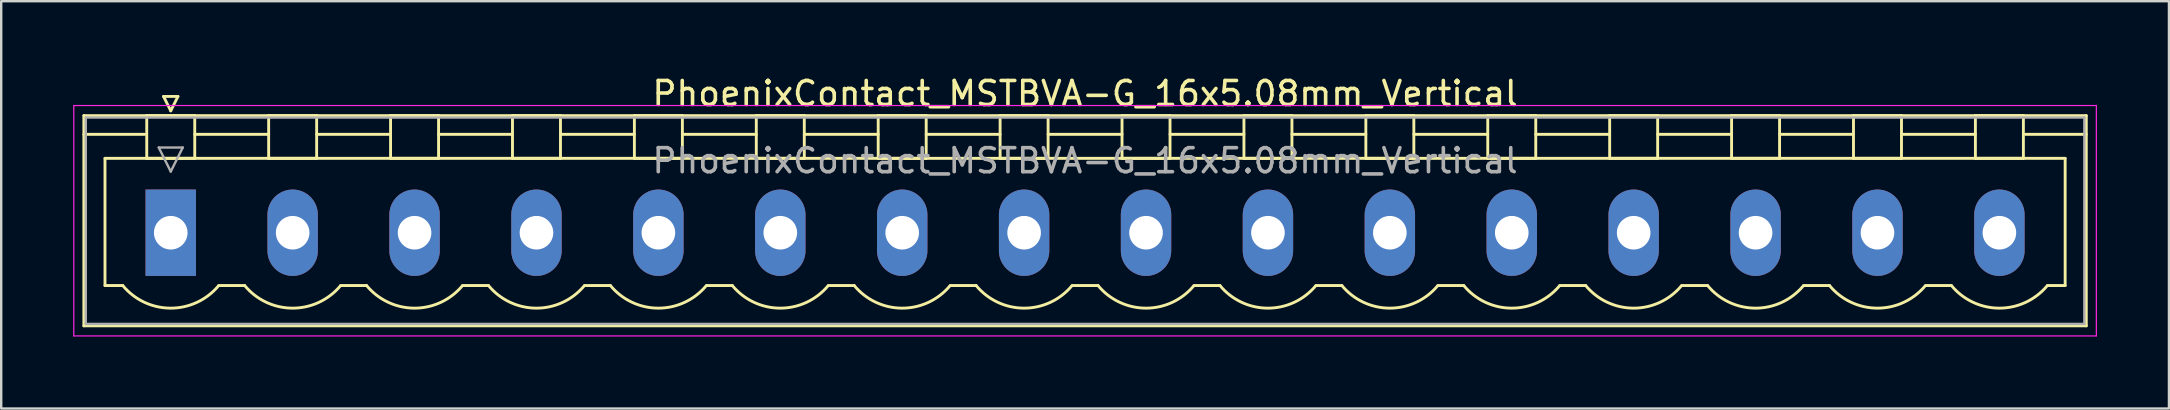
<source format=kicad_pcb>
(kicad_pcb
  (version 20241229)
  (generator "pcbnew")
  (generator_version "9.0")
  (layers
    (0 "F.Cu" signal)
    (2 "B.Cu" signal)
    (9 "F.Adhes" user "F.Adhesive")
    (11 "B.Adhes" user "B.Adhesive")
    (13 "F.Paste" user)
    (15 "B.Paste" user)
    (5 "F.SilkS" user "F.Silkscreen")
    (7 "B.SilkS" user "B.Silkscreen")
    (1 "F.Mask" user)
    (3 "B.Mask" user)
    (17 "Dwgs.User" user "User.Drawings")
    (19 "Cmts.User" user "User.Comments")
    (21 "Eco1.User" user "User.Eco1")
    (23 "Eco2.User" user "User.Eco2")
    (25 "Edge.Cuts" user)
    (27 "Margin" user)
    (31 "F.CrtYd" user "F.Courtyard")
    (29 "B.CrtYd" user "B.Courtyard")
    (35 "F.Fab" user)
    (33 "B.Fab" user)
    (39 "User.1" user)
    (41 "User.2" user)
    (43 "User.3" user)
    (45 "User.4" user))
  (footprint "PhoenixContact_MSTBVA-G_16x5.08mm_Vertical"
    (layer "F.Cu")
    (at 4.065 6.648)
    (property "Reference" "PhoenixContact_MSTBVA-G_16x5.08mm_Vertical" (at 38.1 -5.8 0) (layer "F.SilkS") (effects (font (size 1 1) (thickness 0.15))))
    (attr through_hole)
    (fp_line (start -3.62 -4.88) (end -3.62 3.88) (stroke (width 0.12) (type solid)) (layer "F.SilkS"))
    (fp_line (start -3.62 -4.1) (end -1.08 -4.1) (stroke (width 0.12) (type solid)) (layer "F.SilkS"))
    (fp_line (start -3.62 3.88) (end 79.82 3.88) (stroke (width 0.12) (type solid)) (layer "F.SilkS"))
    (fp_line (start -2.74 -3.1) (end 78.94 -3.1) (stroke (width 0.12) (type solid)) (layer "F.SilkS"))
    (fp_line (start -2.74 2.2) (end -2.74 -3.1) (stroke (width 0.12) (type solid)) (layer "F.SilkS"))
    (fp_line (start -2 2.2) (end -2.74 2.2) (stroke (width 0.12) (type solid)) (layer "F.SilkS"))
    (fp_line (start -1 -4.88) (end 1 -4.88) (stroke (width 0.12) (type solid)) (layer "F.SilkS"))
    (fp_line (start -1 -3.1) (end -1 -4.88) (stroke (width 0.12) (type solid)) (layer "F.SilkS"))
    (fp_line (start -0.3 -5.68) (end 0.3 -5.68) (stroke (width 0.12) (type solid)) (layer "F.SilkS"))
    (fp_line (start 0 -5.08) (end -0.3 -5.68) (stroke (width 0.12) (type solid)) (layer "F.SilkS"))
    (fp_line (start 0.3 -5.68) (end 0 -5.08) (stroke (width 0.12) (type solid)) (layer "F.SilkS"))
    (fp_line (start 1 -4.88) (end 1 -3.1) (stroke (width 0.12) (type solid)) (layer "F.SilkS"))
    (fp_line (start 1 -4.1) (end 4.08 -4.1) (stroke (width 0.12) (type solid)) (layer "F.SilkS"))
    (fp_line (start 1 -3.1) (end -1 -3.1) (stroke (width 0.12) (type solid)) (layer "F.SilkS"))
    (fp_line (start 2 2.2) (end 3.08 2.2) (stroke (width 0.12) (type solid)) (layer "F.SilkS"))
    (fp_line (start 4.08 -4.88) (end 6.08 -4.88) (stroke (width 0.12) (type solid)) (layer "F.SilkS"))
    (fp_line (start 4.08 -3.1) (end 4.08 -4.88) (stroke (width 0.12) (type solid)) (layer "F.SilkS"))
    (fp_line (start 6.08 -4.88) (end 6.08 -3.1) (stroke (width 0.12) (type solid)) (layer "F.SilkS"))
    (fp_line (start 6.08 -4.1) (end 9.16 -4.1) (stroke (width 0.12) (type solid)) (layer "F.SilkS"))
    (fp_line (start 6.08 -3.1) (end 4.08 -3.1) (stroke (width 0.12) (type solid)) (layer "F.SilkS"))
    (fp_line (start 7.08 2.2) (end 8.16 2.2) (stroke (width 0.12) (type solid)) (layer "F.SilkS"))
    (fp_line (start 9.16 -4.88) (end 11.16 -4.88) (stroke (width 0.12) (type solid)) (layer "F.SilkS"))
    (fp_line (start 9.16 -3.1) (end 9.16 -4.88) (stroke (width 0.12) (type solid)) (layer "F.SilkS"))
    (fp_line (start 11.16 -4.88) (end 11.16 -3.1) (stroke (width 0.12) (type solid)) (layer "F.SilkS"))
    (fp_line (start 11.16 -4.1) (end 14.24 -4.1) (stroke (width 0.12) (type solid)) (layer "F.SilkS"))
    (fp_line (start 11.16 -3.1) (end 9.16 -3.1) (stroke (width 0.12) (type solid)) (layer "F.SilkS"))
    (fp_line (start 12.16 2.2) (end 13.24 2.2) (stroke (width 0.12) (type solid)) (layer "F.SilkS"))
    (fp_line (start 14.24 -4.88) (end 16.24 -4.88) (stroke (width 0.12) (type solid)) (layer "F.SilkS"))
    (fp_line (start 14.24 -3.1) (end 14.24 -4.88) (stroke (width 0.12) (type solid)) (layer "F.SilkS"))
    (fp_line (start 16.24 -4.88) (end 16.24 -3.1) (stroke (width 0.12) (type solid)) (layer "F.SilkS"))
    (fp_line (start 16.24 -4.1) (end 19.32 -4.1) (stroke (width 0.12) (type solid)) (layer "F.SilkS"))
    (fp_line (start 16.24 -3.1) (end 14.24 -3.1) (stroke (width 0.12) (type solid)) (layer "F.SilkS"))
    (fp_line (start 17.24 2.2) (end 18.32 2.2) (stroke (width 0.12) (type solid)) (layer "F.SilkS"))
    (fp_line (start 19.32 -4.88) (end 21.32 -4.88) (stroke (width 0.12) (type solid)) (layer "F.SilkS"))
    (fp_line (start 19.32 -3.1) (end 19.32 -4.88) (stroke (width 0.12) (type solid)) (layer "F.SilkS"))
    (fp_line (start 21.32 -4.88) (end 21.32 -3.1) (stroke (width 0.12) (type solid)) (layer "F.SilkS"))
    (fp_line (start 21.32 -4.1) (end 24.4 -4.1) (stroke (width 0.12) (type solid)) (layer "F.SilkS"))
    (fp_line (start 21.32 -3.1) (end 19.32 -3.1) (stroke (width 0.12) (type solid)) (layer "F.SilkS"))
    (fp_line (start 22.32 2.2) (end 23.4 2.2) (stroke (width 0.12) (type solid)) (layer "F.SilkS"))
    (fp_line (start 24.4 -4.88) (end 26.4 -4.88) (stroke (width 0.12) (type solid)) (layer "F.SilkS"))
    (fp_line (start 24.4 -3.1) (end 24.4 -4.88) (stroke (width 0.12) (type solid)) (layer "F.SilkS"))
    (fp_line (start 26.4 -4.88) (end 26.4 -3.1) (stroke (width 0.12) (type solid)) (layer "F.SilkS"))
    (fp_line (start 26.4 -4.1) (end 29.48 -4.1) (stroke (width 0.12) (type solid)) (layer "F.SilkS"))
    (fp_line (start 26.4 -3.1) (end 24.4 -3.1) (stroke (width 0.12) (type solid)) (layer "F.SilkS"))
    (fp_line (start 27.4 2.2) (end 28.48 2.2) (stroke (width 0.12) (type solid)) (layer "F.SilkS"))
    (fp_line (start 29.48 -4.88) (end 31.48 -4.88) (stroke (width 0.12) (type solid)) (layer "F.SilkS"))
    (fp_line (start 29.48 -3.1) (end 29.48 -4.88) (stroke (width 0.12) (type solid)) (layer "F.SilkS"))
    (fp_line (start 31.48 -4.88) (end 31.48 -3.1) (stroke (width 0.12) (type solid)) (layer "F.SilkS"))
    (fp_line (start 31.48 -4.1) (end 34.56 -4.1) (stroke (width 0.12) (type solid)) (layer "F.SilkS"))
    (fp_line (start 31.48 -3.1) (end 29.48 -3.1) (stroke (width 0.12) (type solid)) (layer "F.SilkS"))
    (fp_line (start 32.48 2.2) (end 33.56 2.2) (stroke (width 0.12) (type solid)) (layer "F.SilkS"))
    (fp_line (start 34.56 -4.88) (end 36.56 -4.88) (stroke (width 0.12) (type solid)) (layer "F.SilkS"))
    (fp_line (start 34.56 -3.1) (end 34.56 -4.88) (stroke (width 0.12) (type solid)) (layer "F.SilkS"))
    (fp_line (start 36.56 -4.88) (end 36.56 -3.1) (stroke (width 0.12) (type solid)) (layer "F.SilkS"))
    (fp_line (start 36.56 -4.1) (end 39.64 -4.1) (stroke (width 0.12) (type solid)) (layer "F.SilkS"))
    (fp_line (start 36.56 -3.1) (end 34.56 -3.1) (stroke (width 0.12) (type solid)) (layer "F.SilkS"))
    (fp_line (start 37.56 2.2) (end 38.64 2.2) (stroke (width 0.12) (type solid)) (layer "F.SilkS"))
    (fp_line (start 39.64 -4.88) (end 41.64 -4.88) (stroke (width 0.12) (type solid)) (layer "F.SilkS"))
    (fp_line (start 39.64 -3.1) (end 39.64 -4.88) (stroke (width 0.12) (type solid)) (layer "F.SilkS"))
    (fp_line (start 41.64 -4.88) (end 41.64 -3.1) (stroke (width 0.12) (type solid)) (layer "F.SilkS"))
    (fp_line (start 41.64 -4.1) (end 44.72 -4.1) (stroke (width 0.12) (type solid)) (layer "F.SilkS"))
    (fp_line (start 41.64 -3.1) (end 39.64 -3.1) (stroke (width 0.12) (type solid)) (layer "F.SilkS"))
    (fp_line (start 42.64 2.2) (end 43.72 2.2) (stroke (width 0.12) (type solid)) (layer "F.SilkS"))
    (fp_line (start 44.72 -4.88) (end 46.72 -4.88) (stroke (width 0.12) (type solid)) (layer "F.SilkS"))
    (fp_line (start 44.72 -3.1) (end 44.72 -4.88) (stroke (width 0.12) (type solid)) (layer "F.SilkS"))
    (fp_line (start 46.72 -4.88) (end 46.72 -3.1) (stroke (width 0.12) (type solid)) (layer "F.SilkS"))
    (fp_line (start 46.72 -4.1) (end 49.8 -4.1) (stroke (width 0.12) (type solid)) (layer "F.SilkS"))
    (fp_line (start 46.72 -3.1) (end 44.72 -3.1) (stroke (width 0.12) (type solid)) (layer "F.SilkS"))
    (fp_line (start 47.72 2.2) (end 48.8 2.2) (stroke (width 0.12) (type solid)) (layer "F.SilkS"))
    (fp_line (start 49.8 -4.88) (end 51.8 -4.88) (stroke (width 0.12) (type solid)) (layer "F.SilkS"))
    (fp_line (start 49.8 -3.1) (end 49.8 -4.88) (stroke (width 0.12) (type solid)) (layer "F.SilkS"))
    (fp_line (start 51.8 -4.88) (end 51.8 -3.1) (stroke (width 0.12) (type solid)) (layer "F.SilkS"))
    (fp_line (start 51.8 -4.1) (end 54.88 -4.1) (stroke (width 0.12) (type solid)) (layer "F.SilkS"))
    (fp_line (start 51.8 -3.1) (end 49.8 -3.1) (stroke (width 0.12) (type solid)) (layer "F.SilkS"))
    (fp_line (start 52.8 2.2) (end 53.88 2.2) (stroke (width 0.12) (type solid)) (layer "F.SilkS"))
    (fp_line (start 54.88 -4.88) (end 56.88 -4.88) (stroke (width 0.12) (type solid)) (layer "F.SilkS"))
    (fp_line (start 54.88 -3.1) (end 54.88 -4.88) (stroke (width 0.12) (type solid)) (layer "F.SilkS"))
    (fp_line (start 56.88 -4.88) (end 56.88 -3.1) (stroke (width 0.12) (type solid)) (layer "F.SilkS"))
    (fp_line (start 56.88 -4.1) (end 59.96 -4.1) (stroke (width 0.12) (type solid)) (layer "F.SilkS"))
    (fp_line (start 56.88 -3.1) (end 54.88 -3.1) (stroke (width 0.12) (type solid)) (layer "F.SilkS"))
    (fp_line (start 57.88 2.2) (end 58.96 2.2) (stroke (width 0.12) (type solid)) (layer "F.SilkS"))
    (fp_line (start 59.96 -4.88) (end 61.96 -4.88) (stroke (width 0.12) (type solid)) (layer "F.SilkS"))
    (fp_line (start 59.96 -3.1) (end 59.96 -4.88) (stroke (width 0.12) (type solid)) (layer "F.SilkS"))
    (fp_line (start 61.96 -4.88) (end 61.96 -3.1) (stroke (width 0.12) (type solid)) (layer "F.SilkS"))
    (fp_line (start 61.96 -4.1) (end 65.04 -4.1) (stroke (width 0.12) (type solid)) (layer "F.SilkS"))
    (fp_line (start 61.96 -3.1) (end 59.96 -3.1) (stroke (width 0.12) (type solid)) (layer "F.SilkS"))
    (fp_line (start 62.96 2.2) (end 64.04 2.2) (stroke (width 0.12) (type solid)) (layer "F.SilkS"))
    (fp_line (start 65.04 -4.88) (end 67.04 -4.88) (stroke (width 0.12) (type solid)) (layer "F.SilkS"))
    (fp_line (start 65.04 -3.1) (end 65.04 -4.88) (stroke (width 0.12) (type solid)) (layer "F.SilkS"))
    (fp_line (start 67.04 -4.88) (end 67.04 -3.1) (stroke (width 0.12) (type solid)) (layer "F.SilkS"))
    (fp_line (start 67.04 -4.1) (end 70.12 -4.1) (stroke (width 0.12) (type solid)) (layer "F.SilkS"))
    (fp_line (start 67.04 -3.1) (end 65.04 -3.1) (stroke (width 0.12) (type solid)) (layer "F.SilkS"))
    (fp_line (start 68.04 2.2) (end 69.12 2.2) (stroke (width 0.12) (type solid)) (layer "F.SilkS"))
    (fp_line (start 70.12 -4.88) (end 72.12 -4.88) (stroke (width 0.12) (type solid)) (layer "F.SilkS"))
    (fp_line (start 70.12 -3.1) (end 70.12 -4.88) (stroke (width 0.12) (type solid)) (layer "F.SilkS"))
    (fp_line (start 72.12 -4.88) (end 72.12 -3.1) (stroke (width 0.12) (type solid)) (layer "F.SilkS"))
    (fp_line (start 72.12 -4.1) (end 75.2 -4.1) (stroke (width 0.12) (type solid)) (layer "F.SilkS"))
    (fp_line (start 72.12 -3.1) (end 70.12 -3.1) (stroke (width 0.12) (type solid)) (layer "F.SilkS"))
    (fp_line (start 73.12 2.2) (end 74.2 2.2) (stroke (width 0.12) (type solid)) (layer "F.SilkS"))
    (fp_line (start 75.2 -4.88) (end 77.2 -4.88) (stroke (width 0.12) (type solid)) (layer "F.SilkS"))
    (fp_line (start 75.2 -3.1) (end 75.2 -4.88) (stroke (width 0.12) (type solid)) (layer "F.SilkS"))
    (fp_line (start 77.2 -4.88) (end 77.2 -3.1) (stroke (width 0.12) (type solid)) (layer "F.SilkS"))
    (fp_line (start 77.2 -3.1) (end 75.2 -3.1) (stroke (width 0.12) (type solid)) (layer "F.SilkS"))
    (fp_line (start 78.94 -3.1) (end 78.94 2.2) (stroke (width 0.12) (type solid)) (layer "F.SilkS"))
    (fp_line (start 78.94 2.2) (end 78.2 2.2) (stroke (width 0.12) (type solid)) (layer "F.SilkS"))
    (fp_line (start 79.82 -4.88) (end -3.62 -4.88) (stroke (width 0.12) (type solid)) (layer "F.SilkS"))
    (fp_line (start 79.82 -4.1) (end 77.28 -4.1) (stroke (width 0.12) (type solid)) (layer "F.SilkS"))
    (fp_line (start 79.82 3.88) (end 79.82 -4.88) (stroke (width 0.12) (type solid)) (layer "F.SilkS"))
    (fp_arc (start 1.986842 2.215821) (mid -0.010289 3.142758) (end -2 2.2) (stroke (width 0.12) (type solid)) (layer "F.SilkS"))
    (fp_arc (start 7.066842 2.215821) (mid 5.069711 3.142758) (end 3.08 2.2) (stroke (width 0.12) (type solid)) (layer "F.SilkS"))
    (fp_arc (start 12.146842 2.215821) (mid 10.149711 3.142758) (end 8.16 2.2) (stroke (width 0.12) (type solid)) (layer "F.SilkS"))
    (fp_arc (start 17.226842 2.215821) (mid 15.229711 3.142758) (end 13.24 2.2) (stroke (width 0.12) (type solid)) (layer "F.SilkS"))
    (fp_arc (start 22.306842 2.215821) (mid 20.309711 3.142758) (end 18.32 2.2) (stroke (width 0.12) (type solid)) (layer "F.SilkS"))
    (fp_arc (start 27.386842 2.215821) (mid 25.389711 3.142758) (end 23.4 2.2) (stroke (width 0.12) (type solid)) (layer "F.SilkS"))
    (fp_arc (start 32.466842 2.215821) (mid 30.469711 3.142758) (end 28.48 2.2) (stroke (width 0.12) (type solid)) (layer "F.SilkS"))
    (fp_arc (start 37.546842 2.215821) (mid 35.549711 3.142758) (end 33.56 2.2) (stroke (width 0.12) (type solid)) (layer "F.SilkS"))
    (fp_arc (start 42.626842 2.215821) (mid 40.629711 3.142758) (end 38.64 2.2) (stroke (width 0.12) (type solid)) (layer "F.SilkS"))
    (fp_arc (start 47.706842 2.215821) (mid 45.709711 3.142758) (end 43.72 2.2) (stroke (width 0.12) (type solid)) (layer "F.SilkS"))
    (fp_arc (start 52.786842 2.215821) (mid 50.789711 3.142758) (end 48.8 2.2) (stroke (width 0.12) (type solid)) (layer "F.SilkS"))
    (fp_arc (start 57.866842 2.215821) (mid 55.869711 3.142758) (end 53.88 2.2) (stroke (width 0.12) (type solid)) (layer "F.SilkS"))
    (fp_arc (start 62.946842 2.215821) (mid 60.949711 3.142758) (end 58.96 2.2) (stroke (width 0.12) (type solid)) (layer "F.SilkS"))
    (fp_arc (start 68.026842 2.215821) (mid 66.029711 3.142758) (end 64.04 2.2) (stroke (width 0.12) (type solid)) (layer "F.SilkS"))
    (fp_arc (start 73.106842 2.215821) (mid 71.109711 3.142758) (end 69.12 2.2) (stroke (width 0.12) (type solid)) (layer "F.SilkS"))
    (fp_arc (start 78.186842 2.215821) (mid 76.189711 3.142758) (end 74.2 2.2) (stroke (width 0.12) (type solid)) (layer "F.SilkS"))
    (fp_line (start -4.04 -5.3) (end -4.04 4.3) (stroke (width 0.05) (type solid)) (layer "F.CrtYd"))
    (fp_line (start -4.04 4.3) (end 80.24 4.3) (stroke (width 0.05) (type solid)) (layer "F.CrtYd"))
    (fp_line (start 80.24 -5.3) (end -4.04 -5.3) (stroke (width 0.05) (type solid)) (layer "F.CrtYd"))
    (fp_line (start 80.24 4.3) (end 80.24 -5.3) (stroke (width 0.05) (type solid)) (layer "F.CrtYd"))
    (fp_line (start -3.54 -4.8) (end -3.54 3.8) (stroke (width 0.1) (type solid)) (layer "F.Fab"))
    (fp_line (start -3.54 3.8) (end 79.74 3.8) (stroke (width 0.1) (type solid)) (layer "F.Fab"))
    (fp_line (start -0.5 -3.55) (end 0.5 -3.55) (stroke (width 0.1) (type solid)) (layer "F.Fab"))
    (fp_line (start 0 -2.55) (end -0.5 -3.55) (stroke (width 0.1) (type solid)) (layer "F.Fab"))
    (fp_line (start 0.5 -3.55) (end 0 -2.55) (stroke (width 0.1) (type solid)) (layer "F.Fab"))
    (fp_line (start 79.74 -4.8) (end -3.54 -4.8) (stroke (width 0.1) (type solid)) (layer "F.Fab"))
    (fp_line (start 79.74 3.8) (end 79.74 -4.8) (stroke (width 0.1) (type solid)) (layer "F.Fab"))
    (fp_text user "${REFERENCE}" (at 38.1 -3 0) (layer "F.Fab") (effects (font (size 1 1) (thickness 0.15))))
    (pad "1" thru_hole rect (at 0 0) (size 2.1 3.6) (drill 1.4) (layers "*.Cu" "*.Mask"))
    (pad "2" thru_hole oval (at 5.08 0) (size 2.1 3.6) (drill 1.4) (layers "*.Cu" "*.Mask"))
    (pad "3" thru_hole oval (at 10.16 0) (size 2.1 3.6) (drill 1.4) (layers "*.Cu" "*.Mask"))
    (pad "4" thru_hole oval (at 15.24 0) (size 2.1 3.6) (drill 1.4) (layers "*.Cu" "*.Mask"))
    (pad "5" thru_hole oval (at 20.32 0) (size 2.1 3.6) (drill 1.4) (layers "*.Cu" "*.Mask"))
    (pad "6" thru_hole oval (at 25.4 0) (size 2.1 3.6) (drill 1.4) (layers "*.Cu" "*.Mask"))
    (pad "7" thru_hole oval (at 30.48 0) (size 2.1 3.6) (drill 1.4) (layers "*.Cu" "*.Mask"))
    (pad "8" thru_hole oval (at 35.56 0) (size 2.1 3.6) (drill 1.4) (layers "*.Cu" "*.Mask"))
    (pad "9" thru_hole oval (at 40.64 0) (size 2.1 3.6) (drill 1.4) (layers "*.Cu" "*.Mask"))
    (pad "10" thru_hole oval (at 45.72 0) (size 2.1 3.6) (drill 1.4) (layers "*.Cu" "*.Mask"))
    (pad "11" thru_hole oval (at 50.8 0) (size 2.1 3.6) (drill 1.4) (layers "*.Cu" "*.Mask"))
    (pad "12" thru_hole oval (at 55.88 0) (size 2.1 3.6) (drill 1.4) (layers "*.Cu" "*.Mask"))
    (pad "13" thru_hole oval (at 60.96 0) (size 2.1 3.6) (drill 1.4) (layers "*.Cu" "*.Mask"))
    (pad "14" thru_hole oval (at 66.04 0) (size 2.1 3.6) (drill 1.4) (layers "*.Cu" "*.Mask"))
    (pad "15" thru_hole oval (at 71.12 0) (size 2.1 3.6) (drill 1.4) (layers "*.Cu" "*.Mask"))
    (pad "16" thru_hole oval (at 76.2 0) (size 2.1 3.6) (drill 1.4) (layers "*.Cu" "*.Mask")))
  (gr_rect
    (start -3 -3)
    (end 87.33 13.973)
    (stroke (width 0.1) (type default))
    (fill no)
    (layer "Edge.Cuts")))
</source>
